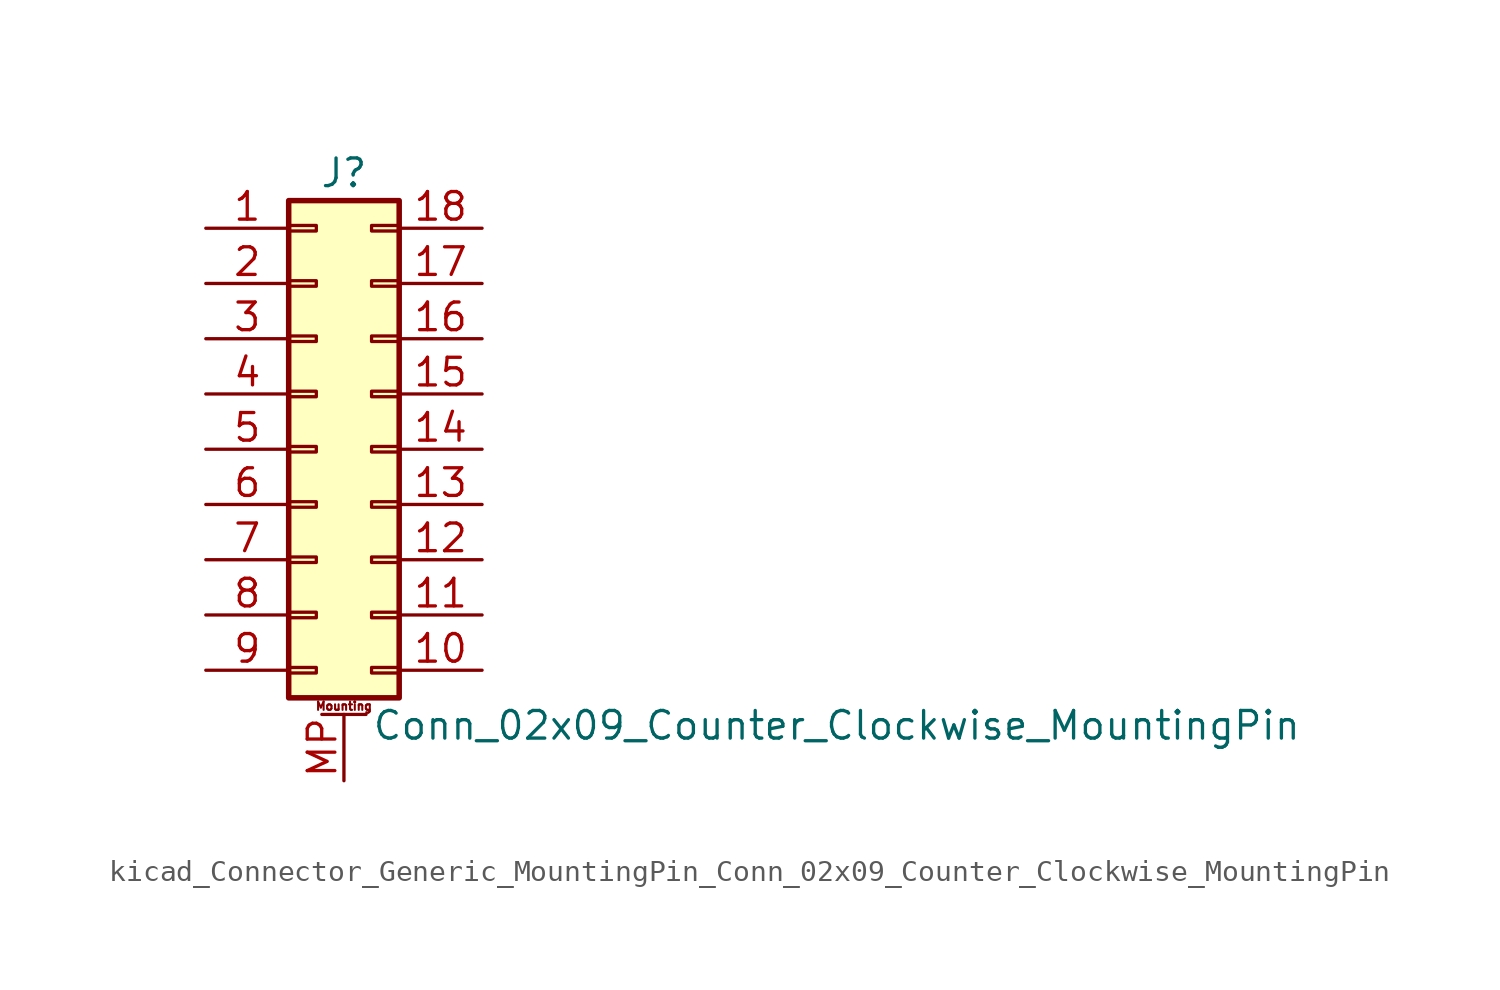
<source format=kicad_sym>
(kicad_symbol_lib
  (version 20220914)
  (generator kicad_symbol_editor)
  (symbol "kicad_Connector_Generic_MountingPin_Conn_02x09_Counter_Clockwise_MountingPin"
    (pin_names
      (offset 1.016) hide)
    (property "Reference" "J"
      (at 1.27 12.7 0)
      (effects (font (size 1.27 1.27))))
    (property "Value" "Conn_02x09_Counter_Clockwise_MountingPin"
      (at 2.54 -12.7 0)
      (effects (font (size 1.27 1.27)) (justify left)))
    (symbol "kicad_Connector_Generic_MountingPin_Conn_02x09_Counter_Clockwise_MountingPin_1_1"
      (rectangle (start -1.27 -10.033) (end 0 -10.287) (stroke (width 0.152) (type default)) (fill (type none)))
      (rectangle (start -1.27 -7.493) (end 0 -7.747) (stroke (width 0.152) (type default)) (fill (type none)))
      (rectangle (start -1.27 -4.953) (end 0 -5.207) (stroke (width 0.152) (type default)) (fill (type none)))
      (rectangle (start -1.27 -2.413) (end 0 -2.667) (stroke (width 0.152) (type default)) (fill (type none)))
      (rectangle (start -1.27 0.127) (end 0 -0.127) (stroke (width 0.152) (type default)) (fill (type none)))
      (rectangle (start -1.27 2.667) (end 0 2.413) (stroke (width 0.152) (type default)) (fill (type none)))
      (rectangle (start -1.27 5.207) (end 0 4.953) (stroke (width 0.152) (type default)) (fill (type none)))
      (rectangle (start -1.27 7.747) (end 0 7.493) (stroke (width 0.152) (type default)) (fill (type none)))
      (rectangle (start -1.27 10.287) (end 0 10.033) (stroke (width 0.152) (type default)) (fill (type none)))
      (rectangle (start -1.27 11.43) (end 3.81 -11.43) (stroke (width 0.254) (type default)) (fill (type background)))
      (polyline (pts (xy 0.254 -12.192) (xy 2.286 -12.192)) (stroke (width 0.152) (type default)) (fill (type none)))
      (rectangle (start 3.81 -10.033) (end 2.54 -10.287) (stroke (width 0.152) (type default)) (fill (type none)))
      (rectangle (start 3.81 -7.493) (end 2.54 -7.747) (stroke (width 0.152) (type default)) (fill (type none)))
      (rectangle (start 3.81 -4.953) (end 2.54 -5.207) (stroke (width 0.152) (type default)) (fill (type none)))
      (rectangle (start 3.81 -2.413) (end 2.54 -2.667) (stroke (width 0.152) (type default)) (fill (type none)))
      (rectangle (start 3.81 0.127) (end 2.54 -0.127) (stroke (width 0.152) (type default)) (fill (type none)))
      (rectangle (start 3.81 2.667) (end 2.54 2.413) (stroke (width 0.152) (type default)) (fill (type none)))
      (rectangle (start 3.81 5.207) (end 2.54 4.953) (stroke (width 0.152) (type default)) (fill (type none)))
      (rectangle (start 3.81 7.747) (end 2.54 7.493) (stroke (width 0.152) (type default)) (fill (type none)))
      (rectangle (start 3.81 10.287) (end 2.54 10.033) (stroke (width 0.152) (type default)) (fill (type none)))
      (text "Mounting" (at 1.27 -11.811 0) (effects (font (size 0.381 0.381))))
      (pin passive line (at -5.08 10.16 0) (length 3.81) (name "Pin_1" (effects (font (size 1.27 1.27)))) (number "1" (effects (font (size 1.27 1.27)))))
      (pin passive line (at 7.62 -10.16 180) (length 3.81) (name "Pin_10" (effects (font (size 1.27 1.27)))) (number "10" (effects (font (size 1.27 1.27)))))
      (pin passive line (at 7.62 -7.62 180) (length 3.81) (name "Pin_11" (effects (font (size 1.27 1.27)))) (number "11" (effects (font (size 1.27 1.27)))))
      (pin passive line (at 7.62 -5.08 180) (length 3.81) (name "Pin_12" (effects (font (size 1.27 1.27)))) (number "12" (effects (font (size 1.27 1.27)))))
      (pin passive line (at 7.62 -2.54 180) (length 3.81) (name "Pin_13" (effects (font (size 1.27 1.27)))) (number "13" (effects (font (size 1.27 1.27)))))
      (pin passive line (at 7.62 0 180) (length 3.81) (name "Pin_14" (effects (font (size 1.27 1.27)))) (number "14" (effects (font (size 1.27 1.27)))))
      (pin passive line (at 7.62 2.54 180) (length 3.81) (name "Pin_15" (effects (font (size 1.27 1.27)))) (number "15" (effects (font (size 1.27 1.27)))))
      (pin passive line (at 7.62 5.08 180) (length 3.81) (name "Pin_16" (effects (font (size 1.27 1.27)))) (number "16" (effects (font (size 1.27 1.27)))))
      (pin passive line (at 7.62 7.62 180) (length 3.81) (name "Pin_17" (effects (font (size 1.27 1.27)))) (number "17" (effects (font (size 1.27 1.27)))))
      (pin passive line (at 7.62 10.16 180) (length 3.81) (name "Pin_18" (effects (font (size 1.27 1.27)))) (number "18" (effects (font (size 1.27 1.27)))))
      (pin passive line (at -5.08 7.62 0) (length 3.81) (name "Pin_2" (effects (font (size 1.27 1.27)))) (number "2" (effects (font (size 1.27 1.27)))))
      (pin passive line (at -5.08 5.08 0) (length 3.81) (name "Pin_3" (effects (font (size 1.27 1.27)))) (number "3" (effects (font (size 1.27 1.27)))))
      (pin passive line (at -5.08 2.54 0) (length 3.81) (name "Pin_4" (effects (font (size 1.27 1.27)))) (number "4" (effects (font (size 1.27 1.27)))))
      (pin passive line (at -5.08 0 0) (length 3.81) (name "Pin_5" (effects (font (size 1.27 1.27)))) (number "5" (effects (font (size 1.27 1.27)))))
      (pin passive line (at -5.08 -2.54 0) (length 3.81) (name "Pin_6" (effects (font (size 1.27 1.27)))) (number "6" (effects (font (size 1.27 1.27)))))
      (pin passive line (at -5.08 -5.08 0) (length 3.81) (name "Pin_7" (effects (font (size 1.27 1.27)))) (number "7" (effects (font (size 1.27 1.27)))))
      (pin passive line (at -5.08 -7.62 0) (length 3.81) (name "Pin_8" (effects (font (size 1.27 1.27)))) (number "8" (effects (font (size 1.27 1.27)))))
      (pin passive line (at -5.08 -10.16 0) (length 3.81) (name "Pin_9" (effects (font (size 1.27 1.27)))) (number "9" (effects (font (size 1.27 1.27)))))
      (pin passive line (at 1.27 -15.24 90) (length 3.048) (name "MountPin" (effects (font (size 1.27 1.27)))) (number "MP" (effects (font (size 1.27 1.27))))))))
</source>
